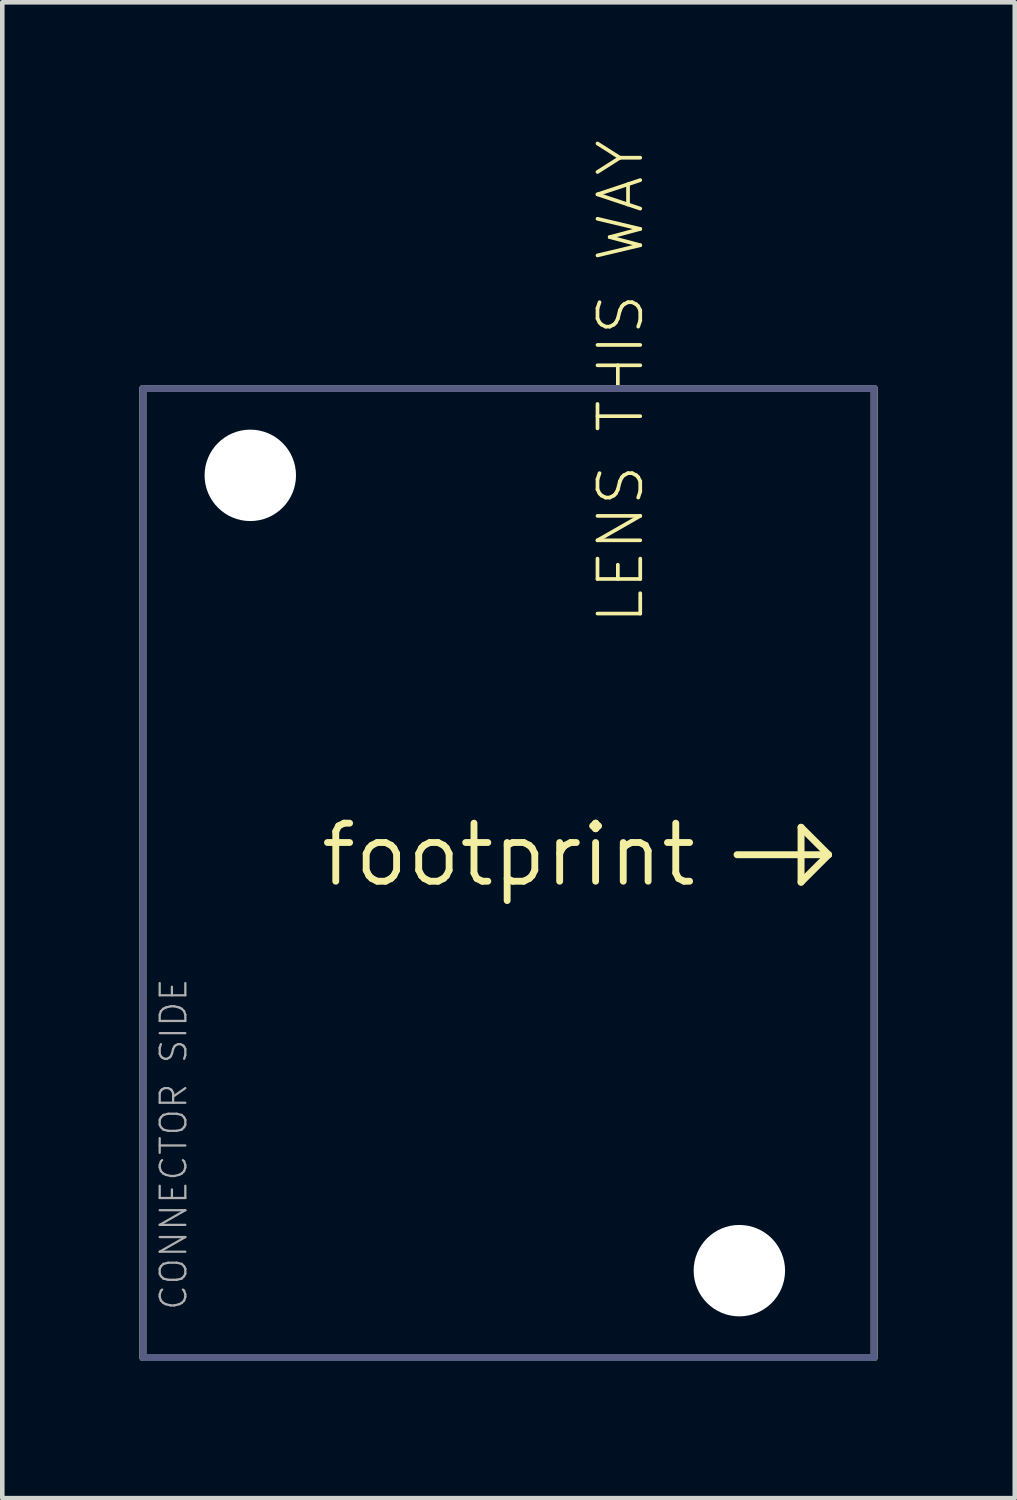
<source format=kicad_pcb>
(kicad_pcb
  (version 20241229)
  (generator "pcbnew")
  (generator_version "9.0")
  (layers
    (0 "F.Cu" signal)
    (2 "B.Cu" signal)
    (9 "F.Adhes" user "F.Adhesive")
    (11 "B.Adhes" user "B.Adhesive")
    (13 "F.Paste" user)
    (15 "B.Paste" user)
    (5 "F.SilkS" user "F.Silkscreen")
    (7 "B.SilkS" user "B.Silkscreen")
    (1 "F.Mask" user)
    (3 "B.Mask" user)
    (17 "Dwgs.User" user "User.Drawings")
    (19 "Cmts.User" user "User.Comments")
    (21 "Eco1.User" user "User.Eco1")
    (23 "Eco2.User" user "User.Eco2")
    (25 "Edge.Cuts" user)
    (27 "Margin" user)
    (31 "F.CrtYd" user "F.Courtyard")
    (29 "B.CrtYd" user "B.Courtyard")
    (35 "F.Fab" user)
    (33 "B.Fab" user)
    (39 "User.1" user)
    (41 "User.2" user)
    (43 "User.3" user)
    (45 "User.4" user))
  (footprint "footprint"
    (layer "F.Cu")
    (at 8.076 15.65)
    (property "Reference" "footprint" (at 0 0 0) (layer "F.SilkS") (effects (font (size 1.27 1.27) (thickness 0.15))))
    (fp_line (start -8 -10.2) (end -8 11) (stroke (width 0.152) (type solid)) (layer "F.SilkS"))
    (fp_line (start -8 11) (end 8 11) (stroke (width 0.152) (type solid)) (layer "F.SilkS"))
    (fp_line (start 5 0) (end 7 0) (stroke (width 0.152) (type solid)) (layer "F.SilkS"))
    (fp_line (start 6.4 -0.6) (end 6.4 0.6) (stroke (width 0.152) (type solid)) (layer "F.SilkS"))
    (fp_line (start 6.4 0.6) (end 7 0) (stroke (width 0.152) (type solid)) (layer "F.SilkS"))
    (fp_line (start 7 0) (end 6.4 -0.6) (stroke (width 0.152) (type solid)) (layer "F.SilkS"))
    (fp_line (start 8 -10.2) (end -8 -10.2) (stroke (width 0.152) (type solid)) (layer "F.SilkS"))
    (fp_line (start 8 11) (end 8 -10.2) (stroke (width 0.152) (type solid)) (layer "F.SilkS"))
    (fp_line (start -8 -10.2) (end 8 -10.2) (stroke (width 0.152) (type solid)) (layer "B.Fab"))
    (fp_line (start -8 11) (end -8 -10.2) (stroke (width 0.152) (type solid)) (layer "B.Fab"))
    (fp_line (start 8 -10.2) (end 8 11) (stroke (width 0.152) (type solid)) (layer "B.Fab"))
    (fp_line (start 8 11) (end -8 11) (stroke (width 0.152) (type solid)) (layer "B.Fab"))
    (fp_text user "LENS THIS WAY" (at 3 -5 270) (layer "F.SilkS") (effects (font (size 0.935 0.935) (thickness 0.081)) (justify left bottom)))
    (fp_text user "CONNECTOR SIDE" (at -7 10 90) (layer "F.Fab") (effects (font (size 0.561 0.561) (thickness 0.049)) (justify left bottom)))
    (pad "" np_thru_hole circle (at -5.65 -8.3) (size 2 2) (drill 2) (layers "*.Cu" "*.Mask"))
    (pad "" np_thru_hole circle (at 5.05 9.1) (size 2 2) (drill 2) (layers "*.Cu" "*.Mask")))
  (gr_rect
    (start -3 -3)
    (end 19.152 29.727)
    (stroke (width 0.1) (type default))
    (fill no)
    (layer "Edge.Cuts")))
</source>
